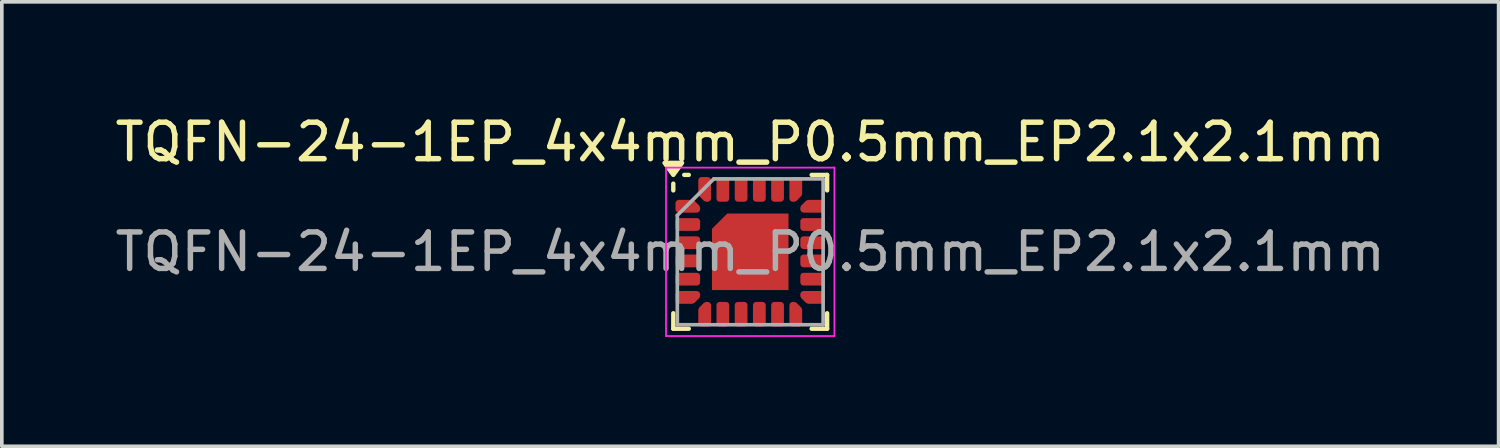
<source format=kicad_pcb>
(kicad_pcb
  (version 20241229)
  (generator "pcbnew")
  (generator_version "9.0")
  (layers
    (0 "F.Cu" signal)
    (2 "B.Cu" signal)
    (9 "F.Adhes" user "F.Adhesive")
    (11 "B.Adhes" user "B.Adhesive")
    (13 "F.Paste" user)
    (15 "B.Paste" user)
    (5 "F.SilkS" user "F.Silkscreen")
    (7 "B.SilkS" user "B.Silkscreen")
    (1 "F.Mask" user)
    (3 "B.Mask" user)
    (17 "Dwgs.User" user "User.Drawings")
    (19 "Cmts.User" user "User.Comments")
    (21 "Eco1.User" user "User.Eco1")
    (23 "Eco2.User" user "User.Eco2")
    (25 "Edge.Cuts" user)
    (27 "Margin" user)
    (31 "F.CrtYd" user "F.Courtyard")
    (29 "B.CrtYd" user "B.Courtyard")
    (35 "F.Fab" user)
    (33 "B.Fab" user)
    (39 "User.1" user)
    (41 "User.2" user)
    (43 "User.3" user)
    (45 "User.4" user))
  (footprint "TQFN-24-1EP_4x4mm_P0.5mm_EP2.1x2.1mm"
    (layer "F.Cu")
    (at 17.53 3.858)
    (property "Reference" "TQFN-24-1EP_4x4mm_P0.5mm_EP2.1x2.1mm" (at 0 -3.01 0) (layer "F.SilkS") (effects (font (size 1 1) (thickness 0.15))))
    (attr smd)
    (fp_line (start -2.11 -1.685) (end -2.11 -1.87) (stroke (width 0.12) (type solid)) (layer "F.SilkS"))
    (fp_line (start -2.11 2.11) (end -2.11 1.685) (stroke (width 0.12) (type solid)) (layer "F.SilkS"))
    (fp_line (start -1.685 -2.11) (end -1.81 -2.11) (stroke (width 0.12) (type solid)) (layer "F.SilkS"))
    (fp_line (start -1.685 2.11) (end -2.11 2.11) (stroke (width 0.12) (type solid)) (layer "F.SilkS"))
    (fp_line (start 1.685 -2.11) (end 2.11 -2.11) (stroke (width 0.12) (type solid)) (layer "F.SilkS"))
    (fp_line (start 1.685 2.11) (end 2.11 2.11) (stroke (width 0.12) (type solid)) (layer "F.SilkS"))
    (fp_line (start 2.11 -2.11) (end 2.11 -1.685) (stroke (width 0.12) (type solid)) (layer "F.SilkS"))
    (fp_line (start 2.11 2.11) (end 2.11 1.685) (stroke (width 0.12) (type solid)) (layer "F.SilkS"))
    (fp_poly (pts (xy -2.11 -2.11) (xy -2.35 -2.44) (xy -1.87 -2.44) (xy -2.11 -2.11)) (stroke (width 0.12) (type solid)) (fill yes) (layer "F.SilkS"))
    (fp_line (start -2.31 -2.31) (end -2.31 2.31) (stroke (width 0.05) (type solid)) (layer "F.CrtYd"))
    (fp_line (start -2.31 2.31) (end 2.31 2.31) (stroke (width 0.05) (type solid)) (layer "F.CrtYd"))
    (fp_line (start 2.31 -2.31) (end -2.31 -2.31) (stroke (width 0.05) (type solid)) (layer "F.CrtYd"))
    (fp_line (start 2.31 2.31) (end 2.31 -2.31) (stroke (width 0.05) (type solid)) (layer "F.CrtYd"))
    (fp_line (start -2 -1) (end -1 -2) (stroke (width 0.1) (type solid)) (layer "F.Fab"))
    (fp_line (start -2 2) (end -2 -1) (stroke (width 0.1) (type solid)) (layer "F.Fab"))
    (fp_line (start -1 -2) (end 2 -2) (stroke (width 0.1) (type solid)) (layer "F.Fab"))
    (fp_line (start 2 -2) (end 2 2) (stroke (width 0.1) (type solid)) (layer "F.Fab"))
    (fp_line (start 2 2) (end -2 2) (stroke (width 0.1) (type solid)) (layer "F.Fab"))
    (fp_text user "${REFERENCE}" (at 0 0 0) (layer "F.Fab") (effects (font (size 1 1) (thickness 0.15))))
    (pad "" smd roundrect (at -0.525 -0.525) (size 0.85 0.85) (layers "F.Paste") (roundrect_rratio 0.25) (chamfer_ratio 0.45) (chamfer top_left))
    (pad "" smd roundrect (at -0.525 0.525) (size 0.85 0.85) (layers "F.Paste") (roundrect_rratio 0.25))
    (pad "" smd roundrect (at 0.525 -0.525) (size 0.85 0.85) (layers "F.Paste") (roundrect_rratio 0.25))
    (pad "" smd roundrect (at 0.525 0.525) (size 0.85 0.85) (layers "F.Paste") (roundrect_rratio 0.25))
    (pad "1" smd custom (at -1.712 -1.25) (size 0.223 0.223) (layers "F.Cu" "F.Mask" "F.Paste") (options (anchor circle)) (primitives (gr_poly (pts (xy -0.253 -0.09) (xy 0.122 -0.09) (xy 0.253 0.04) (xy 0.253 0.09) (xy -0.253 0.09)) (width 0.17) (fill yes))))
    (pad "2" smd roundrect (at -1.712 -0.75) (size 0.675 0.35) (layers "F.Cu" "F.Mask" "F.Paste") (roundrect_rratio 0.25))
    (pad "3" smd roundrect (at -1.712 -0.25) (size 0.675 0.35) (layers "F.Cu" "F.Mask" "F.Paste") (roundrect_rratio 0.25))
    (pad "4" smd roundrect (at -1.712 0.25) (size 0.675 0.35) (layers "F.Cu" "F.Mask" "F.Paste") (roundrect_rratio 0.25))
    (pad "5" smd roundrect (at -1.712 0.75) (size 0.675 0.35) (layers "F.Cu" "F.Mask" "F.Paste") (roundrect_rratio 0.25))
    (pad "6" smd custom (at -1.712 1.25) (size 0.223 0.223) (layers "F.Cu" "F.Mask" "F.Paste") (options (anchor circle)) (primitives (gr_poly (pts (xy -0.253 -0.09) (xy 0.253 -0.09) (xy 0.253 -0.04) (xy 0.122 0.09) (xy -0.253 0.09)) (width 0.17) (fill yes))))
    (pad "7" smd custom (at -1.25 1.712) (size 0.223 0.223) (layers "F.Cu" "F.Mask" "F.Paste") (options (anchor circle)) (primitives (gr_poly (pts (xy -0.09 -0.122) (xy 0.04 -0.253) (xy 0.09 -0.253) (xy 0.09 0.253) (xy -0.09 0.253)) (width 0.17) (fill yes))))
    (pad "8" smd roundrect (at -0.75 1.712) (size 0.35 0.675) (layers "F.Cu" "F.Mask" "F.Paste") (roundrect_rratio 0.25))
    (pad "9" smd roundrect (at -0.25 1.712) (size 0.35 0.675) (layers "F.Cu" "F.Mask" "F.Paste") (roundrect_rratio 0.25))
    (pad "10" smd roundrect (at 0.25 1.712) (size 0.35 0.675) (layers "F.Cu" "F.Mask" "F.Paste") (roundrect_rratio 0.25))
    (pad "11" smd roundrect (at 0.75 1.712) (size 0.35 0.675) (layers "F.Cu" "F.Mask" "F.Paste") (roundrect_rratio 0.25))
    (pad "12" smd custom (at 1.25 1.712) (size 0.223 0.223) (layers "F.Cu" "F.Mask" "F.Paste") (options (anchor circle)) (primitives (gr_poly (pts (xy -0.09 -0.253) (xy -0.04 -0.253) (xy 0.09 -0.122) (xy 0.09 0.253) (xy -0.09 0.253)) (width 0.17) (fill yes))))
    (pad "13" smd custom (at 1.712 1.25) (size 0.223 0.223) (layers "F.Cu" "F.Mask" "F.Paste") (options (anchor circle)) (primitives (gr_poly (pts (xy -0.253 -0.09) (xy 0.253 -0.09) (xy 0.253 0.09) (xy -0.122 0.09) (xy -0.253 -0.04)) (width 0.17) (fill yes))))
    (pad "14" smd roundrect (at 1.712 0.75) (size 0.675 0.35) (layers "F.Cu" "F.Mask" "F.Paste") (roundrect_rratio 0.25))
    (pad "15" smd roundrect (at 1.712 0.25) (size 0.675 0.35) (layers "F.Cu" "F.Mask" "F.Paste") (roundrect_rratio 0.25))
    (pad "16" smd roundrect (at 1.712 -0.25) (size 0.675 0.35) (layers "F.Cu" "F.Mask" "F.Paste") (roundrect_rratio 0.25))
    (pad "17" smd roundrect (at 1.712 -0.75) (size 0.675 0.35) (layers "F.Cu" "F.Mask" "F.Paste") (roundrect_rratio 0.25))
    (pad "18" smd custom (at 1.712 -1.25) (size 0.223 0.223) (layers "F.Cu" "F.Mask" "F.Paste") (options (anchor circle)) (primitives (gr_poly (pts (xy -0.253 0.04) (xy -0.122 -0.09) (xy 0.253 -0.09) (xy 0.253 0.09) (xy -0.253 0.09)) (width 0.17) (fill yes))))
    (pad "19" smd custom (at 1.25 -1.712) (size 0.223 0.223) (layers "F.Cu" "F.Mask" "F.Paste") (options (anchor circle)) (primitives (gr_poly (pts (xy -0.09 -0.253) (xy 0.09 -0.253) (xy 0.09 0.122) (xy -0.04 0.253) (xy -0.09 0.253)) (width 0.17) (fill yes))))
    (pad "20" smd roundrect (at 0.75 -1.712) (size 0.35 0.675) (layers "F.Cu" "F.Mask" "F.Paste") (roundrect_rratio 0.25))
    (pad "21" smd roundrect (at 0.25 -1.712) (size 0.35 0.675) (layers "F.Cu" "F.Mask" "F.Paste") (roundrect_rratio 0.25))
    (pad "22" smd roundrect (at -0.25 -1.712) (size 0.35 0.675) (layers "F.Cu" "F.Mask" "F.Paste") (roundrect_rratio 0.25))
    (pad "23" smd roundrect (at -0.75 -1.712) (size 0.35 0.675) (layers "F.Cu" "F.Mask" "F.Paste") (roundrect_rratio 0.25))
    (pad "24" smd custom (at -1.25 -1.712) (size 0.223 0.223) (layers "F.Cu" "F.Mask" "F.Paste") (options (anchor circle)) (primitives (gr_poly (pts (xy -0.09 -0.253) (xy 0.09 -0.253) (xy 0.09 0.253) (xy 0.04 0.253) (xy -0.09 0.122)) (width 0.17) (fill yes))))
    (pad "25" smd roundrect (at 0 0) (size 2.1 2.1) (property pad_prop_heatsink) (layers "F.Cu" "F.Mask") (roundrect_rratio 0) (chamfer_ratio 0.2) (chamfer top_left)))
  (gr_rect
    (start -3 -3)
    (end 38.06 9.193)
    (stroke (width 0.1) (type default))
    (fill no)
    (layer "Edge.Cuts")))
</source>
